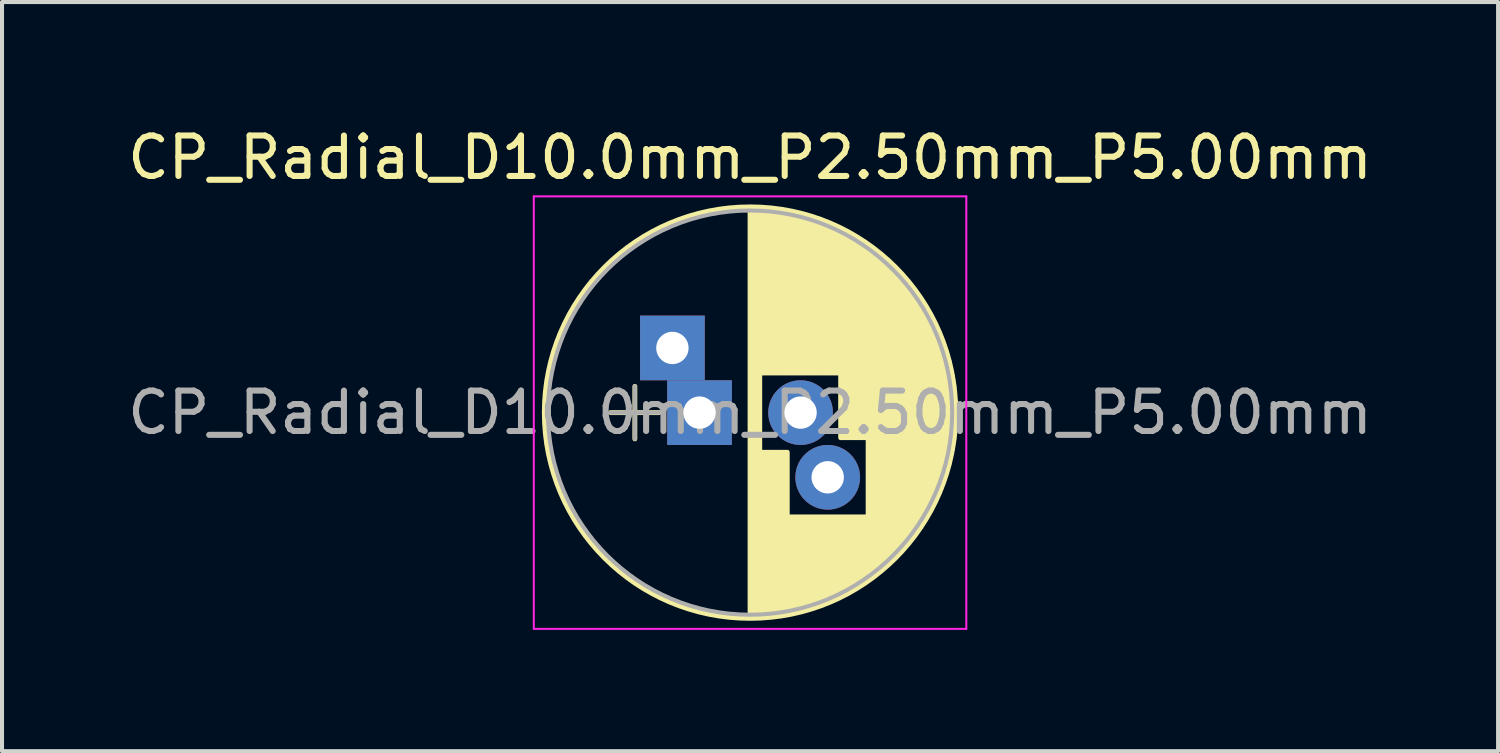
<source format=kicad_pcb>
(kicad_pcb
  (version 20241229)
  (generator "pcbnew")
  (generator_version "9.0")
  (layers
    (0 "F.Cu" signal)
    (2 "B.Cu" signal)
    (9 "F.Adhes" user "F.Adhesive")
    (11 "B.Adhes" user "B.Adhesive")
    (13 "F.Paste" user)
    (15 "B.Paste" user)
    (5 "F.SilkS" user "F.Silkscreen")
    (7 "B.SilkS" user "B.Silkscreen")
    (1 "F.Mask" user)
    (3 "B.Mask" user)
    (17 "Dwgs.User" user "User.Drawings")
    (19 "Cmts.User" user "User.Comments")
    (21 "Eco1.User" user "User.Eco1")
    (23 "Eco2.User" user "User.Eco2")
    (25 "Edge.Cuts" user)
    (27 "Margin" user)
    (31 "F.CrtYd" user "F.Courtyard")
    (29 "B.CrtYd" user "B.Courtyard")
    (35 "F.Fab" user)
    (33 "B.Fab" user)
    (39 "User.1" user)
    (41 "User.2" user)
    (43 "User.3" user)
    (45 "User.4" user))
  (footprint "CP_Radial_D10.0mm_P2.50mm_P5.00mm"
    (layer "F.Cu")
    (at 14.256 7.158)
    (property "Reference" "CP_Radial_D10.0mm_P2.50mm_P5.00mm" (at 1.25 -6.31 0) (layer "F.SilkS") (effects (font (size 1 1) (thickness 0.15))))
    (attr through_hole)
    (fp_line (start -2.2 0) (end -1 0) (stroke (width 0.12) (type solid)) (layer "F.SilkS"))
    (fp_line (start -1.6 -0.65) (end -1.6 0.65) (stroke (width 0.12) (type solid)) (layer "F.SilkS"))
    (fp_line (start 1.25 -5.05) (end 1.25 5.05) (stroke (width 0.12) (type solid)) (layer "F.SilkS"))
    (fp_line (start 1.29 -5.05) (end 1.29 5.05) (stroke (width 0.12) (type solid)) (layer "F.SilkS"))
    (fp_line (start 1.33 -5.05) (end 1.33 5.05) (stroke (width 0.12) (type solid)) (layer "F.SilkS"))
    (fp_line (start 1.37 -5.049) (end 1.37 5.049) (stroke (width 0.12) (type solid)) (layer "F.SilkS"))
    (fp_line (start 1.41 -5.048) (end 1.41 5.048) (stroke (width 0.12) (type solid)) (layer "F.SilkS"))
    (fp_line (start 1.45 -5.047) (end 1.45 5.047) (stroke (width 0.12) (type solid)) (layer "F.SilkS"))
    (fp_line (start 1.49 -5.045) (end 1.49 5.045) (stroke (width 0.12) (type solid)) (layer "F.SilkS"))
    (fp_line (start 1.53 -5.043) (end 1.53 -0.98) (stroke (width 0.12) (type solid)) (layer "F.SilkS"))
    (fp_line (start 1.53 0.98) (end 1.53 5.043) (stroke (width 0.12) (type solid)) (layer "F.SilkS"))
    (fp_line (start 1.57 -5.04) (end 1.57 -0.98) (stroke (width 0.12) (type solid)) (layer "F.SilkS"))
    (fp_line (start 1.57 0.98) (end 1.57 5.04) (stroke (width 0.12) (type solid)) (layer "F.SilkS"))
    (fp_line (start 1.61 -5.038) (end 1.61 -0.98) (stroke (width 0.12) (type solid)) (layer "F.SilkS"))
    (fp_line (start 1.61 0.98) (end 1.61 5.038) (stroke (width 0.12) (type solid)) (layer "F.SilkS"))
    (fp_line (start 1.65 -5.035) (end 1.65 -0.98) (stroke (width 0.12) (type solid)) (layer "F.SilkS"))
    (fp_line (start 1.65 0.98) (end 1.65 5.035) (stroke (width 0.12) (type solid)) (layer "F.SilkS"))
    (fp_line (start 1.69 -5.031) (end 1.69 -0.98) (stroke (width 0.12) (type solid)) (layer "F.SilkS"))
    (fp_line (start 1.69 0.98) (end 1.69 5.031) (stroke (width 0.12) (type solid)) (layer "F.SilkS"))
    (fp_line (start 1.73 -5.028) (end 1.73 -0.98) (stroke (width 0.12) (type solid)) (layer "F.SilkS"))
    (fp_line (start 1.73 0.98) (end 1.73 5.028) (stroke (width 0.12) (type solid)) (layer "F.SilkS"))
    (fp_line (start 1.77 -5.024) (end 1.77 -0.98) (stroke (width 0.12) (type solid)) (layer "F.SilkS"))
    (fp_line (start 1.77 0.98) (end 1.77 5.024) (stroke (width 0.12) (type solid)) (layer "F.SilkS"))
    (fp_line (start 1.81 -5.02) (end 1.81 -0.98) (stroke (width 0.12) (type solid)) (layer "F.SilkS"))
    (fp_line (start 1.81 0.98) (end 1.81 5.02) (stroke (width 0.12) (type solid)) (layer "F.SilkS"))
    (fp_line (start 1.85 -5.015) (end 1.85 -0.98) (stroke (width 0.12) (type solid)) (layer "F.SilkS"))
    (fp_line (start 1.85 0.98) (end 1.85 5.015) (stroke (width 0.12) (type solid)) (layer "F.SilkS"))
    (fp_line (start 1.89 -5.01) (end 1.89 -0.98) (stroke (width 0.12) (type solid)) (layer "F.SilkS"))
    (fp_line (start 1.89 0.98) (end 1.89 5.01) (stroke (width 0.12) (type solid)) (layer "F.SilkS"))
    (fp_line (start 1.93 -5.005) (end 1.93 -0.98) (stroke (width 0.12) (type solid)) (layer "F.SilkS"))
    (fp_line (start 1.93 0.98) (end 1.93 5.005) (stroke (width 0.12) (type solid)) (layer "F.SilkS"))
    (fp_line (start 1.971 -4.999) (end 1.971 -0.98) (stroke (width 0.12) (type solid)) (layer "F.SilkS"))
    (fp_line (start 1.971 0.98) (end 1.971 4.999) (stroke (width 0.12) (type solid)) (layer "F.SilkS"))
    (fp_line (start 2.011 -4.993) (end 2.011 -0.98) (stroke (width 0.12) (type solid)) (layer "F.SilkS"))
    (fp_line (start 2.011 0.98) (end 2.011 4.993) (stroke (width 0.12) (type solid)) (layer "F.SilkS"))
    (fp_line (start 2.051 -4.987) (end 2.051 -0.98) (stroke (width 0.12) (type solid)) (layer "F.SilkS"))
    (fp_line (start 2.051 0.98) (end 2.051 4.987) (stroke (width 0.12) (type solid)) (layer "F.SilkS"))
    (fp_line (start 2.091 -4.981) (end 2.091 -0.98) (stroke (width 0.12) (type solid)) (layer "F.SilkS"))
    (fp_line (start 2.091 0.98) (end 2.091 4.981) (stroke (width 0.12) (type solid)) (layer "F.SilkS"))
    (fp_line (start 2.131 -4.974) (end 2.131 -0.98) (stroke (width 0.12) (type solid)) (layer "F.SilkS"))
    (fp_line (start 2.131 0.98) (end 2.131 4.974) (stroke (width 0.12) (type solid)) (layer "F.SilkS"))
    (fp_line (start 2.171 -4.967) (end 2.171 -0.98) (stroke (width 0.12) (type solid)) (layer "F.SilkS"))
    (fp_line (start 2.171 0.98) (end 2.171 4.967) (stroke (width 0.12) (type solid)) (layer "F.SilkS"))
    (fp_line (start 2.211 -4.959) (end 2.211 -0.98) (stroke (width 0.12) (type solid)) (layer "F.SilkS"))
    (fp_line (start 2.211 2.58) (end 2.211 4.959) (stroke (width 0.12) (type solid)) (layer "F.SilkS"))
    (fp_line (start 2.251 -4.951) (end 2.251 -0.98) (stroke (width 0.12) (type solid)) (layer "F.SilkS"))
    (fp_line (start 2.251 2.58) (end 2.251 4.951) (stroke (width 0.12) (type solid)) (layer "F.SilkS"))
    (fp_line (start 2.291 -4.943) (end 2.291 -0.98) (stroke (width 0.12) (type solid)) (layer "F.SilkS"))
    (fp_line (start 2.291 2.58) (end 2.291 4.943) (stroke (width 0.12) (type solid)) (layer "F.SilkS"))
    (fp_line (start 2.331 -4.935) (end 2.331 -0.98) (stroke (width 0.12) (type solid)) (layer "F.SilkS"))
    (fp_line (start 2.331 2.58) (end 2.331 4.935) (stroke (width 0.12) (type solid)) (layer "F.SilkS"))
    (fp_line (start 2.371 -4.926) (end 2.371 -0.98) (stroke (width 0.12) (type solid)) (layer "F.SilkS"))
    (fp_line (start 2.371 2.58) (end 2.371 4.926) (stroke (width 0.12) (type solid)) (layer "F.SilkS"))
    (fp_line (start 2.411 -4.917) (end 2.411 -0.98) (stroke (width 0.12) (type solid)) (layer "F.SilkS"))
    (fp_line (start 2.411 2.58) (end 2.411 4.917) (stroke (width 0.12) (type solid)) (layer "F.SilkS"))
    (fp_line (start 2.451 -4.907) (end 2.451 -0.98) (stroke (width 0.12) (type solid)) (layer "F.SilkS"))
    (fp_line (start 2.451 2.58) (end 2.451 4.907) (stroke (width 0.12) (type solid)) (layer "F.SilkS"))
    (fp_line (start 2.491 -4.897) (end 2.491 -0.98) (stroke (width 0.12) (type solid)) (layer "F.SilkS"))
    (fp_line (start 2.491 2.58) (end 2.491 4.897) (stroke (width 0.12) (type solid)) (layer "F.SilkS"))
    (fp_line (start 2.531 -4.887) (end 2.531 -0.98) (stroke (width 0.12) (type solid)) (layer "F.SilkS"))
    (fp_line (start 2.531 2.58) (end 2.531 4.887) (stroke (width 0.12) (type solid)) (layer "F.SilkS"))
    (fp_line (start 2.571 -4.876) (end 2.571 -0.98) (stroke (width 0.12) (type solid)) (layer "F.SilkS"))
    (fp_line (start 2.571 2.58) (end 2.571 4.876) (stroke (width 0.12) (type solid)) (layer "F.SilkS"))
    (fp_line (start 2.611 -4.865) (end 2.611 -0.98) (stroke (width 0.12) (type solid)) (layer "F.SilkS"))
    (fp_line (start 2.611 2.58) (end 2.611 4.865) (stroke (width 0.12) (type solid)) (layer "F.SilkS"))
    (fp_line (start 2.651 -4.854) (end 2.651 -0.98) (stroke (width 0.12) (type solid)) (layer "F.SilkS"))
    (fp_line (start 2.651 2.58) (end 2.651 4.854) (stroke (width 0.12) (type solid)) (layer "F.SilkS"))
    (fp_line (start 2.691 -4.843) (end 2.691 -0.98) (stroke (width 0.12) (type solid)) (layer "F.SilkS"))
    (fp_line (start 2.691 2.58) (end 2.691 4.843) (stroke (width 0.12) (type solid)) (layer "F.SilkS"))
    (fp_line (start 2.731 -4.831) (end 2.731 -0.98) (stroke (width 0.12) (type solid)) (layer "F.SilkS"))
    (fp_line (start 2.731 2.58) (end 2.731 4.831) (stroke (width 0.12) (type solid)) (layer "F.SilkS"))
    (fp_line (start 2.771 -4.818) (end 2.771 -0.98) (stroke (width 0.12) (type solid)) (layer "F.SilkS"))
    (fp_line (start 2.771 2.58) (end 2.771 4.818) (stroke (width 0.12) (type solid)) (layer "F.SilkS"))
    (fp_line (start 2.811 -4.806) (end 2.811 -0.98) (stroke (width 0.12) (type solid)) (layer "F.SilkS"))
    (fp_line (start 2.811 2.58) (end 2.811 4.806) (stroke (width 0.12) (type solid)) (layer "F.SilkS"))
    (fp_line (start 2.851 -4.792) (end 2.851 -0.98) (stroke (width 0.12) (type solid)) (layer "F.SilkS"))
    (fp_line (start 2.851 2.58) (end 2.851 4.792) (stroke (width 0.12) (type solid)) (layer "F.SilkS"))
    (fp_line (start 2.891 -4.779) (end 2.891 -0.98) (stroke (width 0.12) (type solid)) (layer "F.SilkS"))
    (fp_line (start 2.891 2.58) (end 2.891 4.779) (stroke (width 0.12) (type solid)) (layer "F.SilkS"))
    (fp_line (start 2.931 -4.765) (end 2.931 -0.98) (stroke (width 0.12) (type solid)) (layer "F.SilkS"))
    (fp_line (start 2.931 2.58) (end 2.931 4.765) (stroke (width 0.12) (type solid)) (layer "F.SilkS"))
    (fp_line (start 2.971 -4.751) (end 2.971 -0.98) (stroke (width 0.12) (type solid)) (layer "F.SilkS"))
    (fp_line (start 2.971 2.58) (end 2.971 4.751) (stroke (width 0.12) (type solid)) (layer "F.SilkS"))
    (fp_line (start 3.011 -4.737) (end 3.011 -0.98) (stroke (width 0.12) (type solid)) (layer "F.SilkS"))
    (fp_line (start 3.011 2.58) (end 3.011 4.737) (stroke (width 0.12) (type solid)) (layer "F.SilkS"))
    (fp_line (start 3.051 -4.722) (end 3.051 -0.98) (stroke (width 0.12) (type solid)) (layer "F.SilkS"))
    (fp_line (start 3.051 2.58) (end 3.051 4.722) (stroke (width 0.12) (type solid)) (layer "F.SilkS"))
    (fp_line (start 3.091 -4.706) (end 3.091 -0.98) (stroke (width 0.12) (type solid)) (layer "F.SilkS"))
    (fp_line (start 3.091 2.58) (end 3.091 4.706) (stroke (width 0.12) (type solid)) (layer "F.SilkS"))
    (fp_line (start 3.131 -4.691) (end 3.131 -0.98) (stroke (width 0.12) (type solid)) (layer "F.SilkS"))
    (fp_line (start 3.131 2.58) (end 3.131 4.691) (stroke (width 0.12) (type solid)) (layer "F.SilkS"))
    (fp_line (start 3.171 -4.674) (end 3.171 -0.98) (stroke (width 0.12) (type solid)) (layer "F.SilkS"))
    (fp_line (start 3.171 2.58) (end 3.171 4.674) (stroke (width 0.12) (type solid)) (layer "F.SilkS"))
    (fp_line (start 3.211 -4.658) (end 3.211 -0.98) (stroke (width 0.12) (type solid)) (layer "F.SilkS"))
    (fp_line (start 3.211 2.58) (end 3.211 4.658) (stroke (width 0.12) (type solid)) (layer "F.SilkS"))
    (fp_line (start 3.251 -4.641) (end 3.251 -0.98) (stroke (width 0.12) (type solid)) (layer "F.SilkS"))
    (fp_line (start 3.251 2.58) (end 3.251 4.641) (stroke (width 0.12) (type solid)) (layer "F.SilkS"))
    (fp_line (start 3.291 -4.624) (end 3.291 -0.98) (stroke (width 0.12) (type solid)) (layer "F.SilkS"))
    (fp_line (start 3.291 2.58) (end 3.291 4.624) (stroke (width 0.12) (type solid)) (layer "F.SilkS"))
    (fp_line (start 3.331 -4.606) (end 3.331 -0.98) (stroke (width 0.12) (type solid)) (layer "F.SilkS"))
    (fp_line (start 3.331 2.58) (end 3.331 4.606) (stroke (width 0.12) (type solid)) (layer "F.SilkS"))
    (fp_line (start 3.371 -4.588) (end 3.371 -0.98) (stroke (width 0.12) (type solid)) (layer "F.SilkS"))
    (fp_line (start 3.371 2.58) (end 3.371 4.588) (stroke (width 0.12) (type solid)) (layer "F.SilkS"))
    (fp_line (start 3.411 -4.569) (end 3.411 -0.98) (stroke (width 0.12) (type solid)) (layer "F.SilkS"))
    (fp_line (start 3.411 2.58) (end 3.411 4.569) (stroke (width 0.12) (type solid)) (layer "F.SilkS"))
    (fp_line (start 3.451 -4.55) (end 3.451 -0.98) (stroke (width 0.12) (type solid)) (layer "F.SilkS"))
    (fp_line (start 3.451 2.58) (end 3.451 4.55) (stroke (width 0.12) (type solid)) (layer "F.SilkS"))
    (fp_line (start 3.491 -4.531) (end 3.491 0.621) (stroke (width 0.12) (type solid)) (layer "F.SilkS"))
    (fp_line (start 3.491 2.58) (end 3.491 4.531) (stroke (width 0.12) (type solid)) (layer "F.SilkS"))
    (fp_line (start 3.531 -4.511) (end 3.531 0.621) (stroke (width 0.12) (type solid)) (layer "F.SilkS"))
    (fp_line (start 3.531 2.58) (end 3.531 4.511) (stroke (width 0.12) (type solid)) (layer "F.SilkS"))
    (fp_line (start 3.571 -4.491) (end 3.571 0.621) (stroke (width 0.12) (type solid)) (layer "F.SilkS"))
    (fp_line (start 3.571 2.58) (end 3.571 4.491) (stroke (width 0.12) (type solid)) (layer "F.SilkS"))
    (fp_line (start 3.611 -4.47) (end 3.611 0.621) (stroke (width 0.12) (type solid)) (layer "F.SilkS"))
    (fp_line (start 3.611 2.58) (end 3.611 4.47) (stroke (width 0.12) (type solid)) (layer "F.SilkS"))
    (fp_line (start 3.651 -4.449) (end 3.651 0.621) (stroke (width 0.12) (type solid)) (layer "F.SilkS"))
    (fp_line (start 3.651 2.58) (end 3.651 4.449) (stroke (width 0.12) (type solid)) (layer "F.SilkS"))
    (fp_line (start 3.691 -4.428) (end 3.691 0.621) (stroke (width 0.12) (type solid)) (layer "F.SilkS"))
    (fp_line (start 3.691 2.58) (end 3.691 4.428) (stroke (width 0.12) (type solid)) (layer "F.SilkS"))
    (fp_line (start 3.731 -4.405) (end 3.731 0.621) (stroke (width 0.12) (type solid)) (layer "F.SilkS"))
    (fp_line (start 3.731 2.58) (end 3.731 4.405) (stroke (width 0.12) (type solid)) (layer "F.SilkS"))
    (fp_line (start 3.771 -4.383) (end 3.771 0.621) (stroke (width 0.12) (type solid)) (layer "F.SilkS"))
    (fp_line (start 3.771 2.58) (end 3.771 4.383) (stroke (width 0.12) (type solid)) (layer "F.SilkS"))
    (fp_line (start 3.811 -4.36) (end 3.811 0.621) (stroke (width 0.12) (type solid)) (layer "F.SilkS"))
    (fp_line (start 3.811 2.58) (end 3.811 4.36) (stroke (width 0.12) (type solid)) (layer "F.SilkS"))
    (fp_line (start 3.851 -4.336) (end 3.851 0.621) (stroke (width 0.12) (type solid)) (layer "F.SilkS"))
    (fp_line (start 3.851 2.58) (end 3.851 4.336) (stroke (width 0.12) (type solid)) (layer "F.SilkS"))
    (fp_line (start 3.891 -4.312) (end 3.891 0.621) (stroke (width 0.12) (type solid)) (layer "F.SilkS"))
    (fp_line (start 3.891 2.58) (end 3.891 4.312) (stroke (width 0.12) (type solid)) (layer "F.SilkS"))
    (fp_line (start 3.931 -4.288) (end 3.931 0.621) (stroke (width 0.12) (type solid)) (layer "F.SilkS"))
    (fp_line (start 3.931 2.58) (end 3.931 4.288) (stroke (width 0.12) (type solid)) (layer "F.SilkS"))
    (fp_line (start 3.971 -4.263) (end 3.971 0.621) (stroke (width 0.12) (type solid)) (layer "F.SilkS"))
    (fp_line (start 3.971 2.58) (end 3.971 4.263) (stroke (width 0.12) (type solid)) (layer "F.SilkS"))
    (fp_line (start 4.011 -4.237) (end 4.011 0.621) (stroke (width 0.12) (type solid)) (layer "F.SilkS"))
    (fp_line (start 4.011 2.58) (end 4.011 4.237) (stroke (width 0.12) (type solid)) (layer "F.SilkS"))
    (fp_line (start 4.051 -4.211) (end 4.051 0.621) (stroke (width 0.12) (type solid)) (layer "F.SilkS"))
    (fp_line (start 4.051 2.58) (end 4.051 4.211) (stroke (width 0.12) (type solid)) (layer "F.SilkS"))
    (fp_line (start 4.091 -4.185) (end 4.091 0.621) (stroke (width 0.12) (type solid)) (layer "F.SilkS"))
    (fp_line (start 4.091 2.58) (end 4.091 4.185) (stroke (width 0.12) (type solid)) (layer "F.SilkS"))
    (fp_line (start 4.131 -4.157) (end 4.131 0.621) (stroke (width 0.12) (type solid)) (layer "F.SilkS"))
    (fp_line (start 4.131 2.58) (end 4.131 4.157) (stroke (width 0.12) (type solid)) (layer "F.SilkS"))
    (fp_line (start 4.171 -4.13) (end 4.171 4.13) (stroke (width 0.12) (type solid)) (layer "F.SilkS"))
    (fp_line (start 4.211 -4.101) (end 4.211 4.101) (stroke (width 0.12) (type solid)) (layer "F.SilkS"))
    (fp_line (start 4.251 -4.072) (end 4.251 4.072) (stroke (width 0.12) (type solid)) (layer "F.SilkS"))
    (fp_line (start 4.291 -4.043) (end 4.291 4.043) (stroke (width 0.12) (type solid)) (layer "F.SilkS"))
    (fp_line (start 4.331 -4.013) (end 4.331 4.013) (stroke (width 0.12) (type solid)) (layer "F.SilkS"))
    (fp_line (start 4.371 -3.982) (end 4.371 3.982) (stroke (width 0.12) (type solid)) (layer "F.SilkS"))
    (fp_line (start 4.411 -3.951) (end 4.411 3.951) (stroke (width 0.12) (type solid)) (layer "F.SilkS"))
    (fp_line (start 4.451 -3.919) (end 4.451 3.919) (stroke (width 0.12) (type solid)) (layer "F.SilkS"))
    (fp_line (start 4.491 -3.886) (end 4.491 3.886) (stroke (width 0.12) (type solid)) (layer "F.SilkS"))
    (fp_line (start 4.531 -3.853) (end 4.531 3.853) (stroke (width 0.12) (type solid)) (layer "F.SilkS"))
    (fp_line (start 4.571 -3.819) (end 4.571 3.819) (stroke (width 0.12) (type solid)) (layer "F.SilkS"))
    (fp_line (start 4.611 -3.784) (end 4.611 3.784) (stroke (width 0.12) (type solid)) (layer "F.SilkS"))
    (fp_line (start 4.651 -3.748) (end 4.651 3.748) (stroke (width 0.12) (type solid)) (layer "F.SilkS"))
    (fp_line (start 4.691 -3.712) (end 4.691 3.712) (stroke (width 0.12) (type solid)) (layer "F.SilkS"))
    (fp_line (start 4.731 -3.675) (end 4.731 3.675) (stroke (width 0.12) (type solid)) (layer "F.SilkS"))
    (fp_line (start 4.771 -3.637) (end 4.771 3.637) (stroke (width 0.12) (type solid)) (layer "F.SilkS"))
    (fp_line (start 4.811 -3.598) (end 4.811 3.598) (stroke (width 0.12) (type solid)) (layer "F.SilkS"))
    (fp_line (start 4.851 -3.559) (end 4.851 3.559) (stroke (width 0.12) (type solid)) (layer "F.SilkS"))
    (fp_line (start 4.891 -3.518) (end 4.891 3.518) (stroke (width 0.12) (type solid)) (layer "F.SilkS"))
    (fp_line (start 4.931 -3.477) (end 4.931 3.477) (stroke (width 0.12) (type solid)) (layer "F.SilkS"))
    (fp_line (start 4.971 -3.435) (end 4.971 3.435) (stroke (width 0.12) (type solid)) (layer "F.SilkS"))
    (fp_line (start 5.011 -3.391) (end 5.011 3.391) (stroke (width 0.12) (type solid)) (layer "F.SilkS"))
    (fp_line (start 5.051 -3.347) (end 5.051 3.347) (stroke (width 0.12) (type solid)) (layer "F.SilkS"))
    (fp_line (start 5.091 -3.302) (end 5.091 3.302) (stroke (width 0.12) (type solid)) (layer "F.SilkS"))
    (fp_line (start 5.131 -3.255) (end 5.131 3.255) (stroke (width 0.12) (type solid)) (layer "F.SilkS"))
    (fp_line (start 5.171 -3.207) (end 5.171 3.207) (stroke (width 0.12) (type solid)) (layer "F.SilkS"))
    (fp_line (start 5.211 -3.158) (end 5.211 3.158) (stroke (width 0.12) (type solid)) (layer "F.SilkS"))
    (fp_line (start 5.251 -3.108) (end 5.251 3.108) (stroke (width 0.12) (type solid)) (layer "F.SilkS"))
    (fp_line (start 5.291 -3.057) (end 5.291 3.057) (stroke (width 0.12) (type solid)) (layer "F.SilkS"))
    (fp_line (start 5.331 -3.004) (end 5.331 3.004) (stroke (width 0.12) (type solid)) (layer "F.SilkS"))
    (fp_line (start 5.371 -2.949) (end 5.371 2.949) (stroke (width 0.12) (type solid)) (layer "F.SilkS"))
    (fp_line (start 5.411 -2.894) (end 5.411 2.894) (stroke (width 0.12) (type solid)) (layer "F.SilkS"))
    (fp_line (start 5.451 -2.836) (end 5.451 2.836) (stroke (width 0.12) (type solid)) (layer "F.SilkS"))
    (fp_line (start 5.491 -2.777) (end 5.491 2.777) (stroke (width 0.12) (type solid)) (layer "F.SilkS"))
    (fp_line (start 5.531 -2.715) (end 5.531 2.715) (stroke (width 0.12) (type solid)) (layer "F.SilkS"))
    (fp_line (start 5.571 -2.652) (end 5.571 2.652) (stroke (width 0.12) (type solid)) (layer "F.SilkS"))
    (fp_line (start 5.611 -2.587) (end 5.611 2.587) (stroke (width 0.12) (type solid)) (layer "F.SilkS"))
    (fp_line (start 5.651 -2.519) (end 5.651 2.519) (stroke (width 0.12) (type solid)) (layer "F.SilkS"))
    (fp_line (start 5.691 -2.449) (end 5.691 2.449) (stroke (width 0.12) (type solid)) (layer "F.SilkS"))
    (fp_line (start 5.731 -2.377) (end 5.731 2.377) (stroke (width 0.12) (type solid)) (layer "F.SilkS"))
    (fp_line (start 5.771 -2.301) (end 5.771 2.301) (stroke (width 0.12) (type solid)) (layer "F.SilkS"))
    (fp_line (start 5.811 -2.222) (end 5.811 2.222) (stroke (width 0.12) (type solid)) (layer "F.SilkS"))
    (fp_line (start 5.851 -2.14) (end 5.851 2.14) (stroke (width 0.12) (type solid)) (layer "F.SilkS"))
    (fp_line (start 5.891 -2.053) (end 5.891 2.053) (stroke (width 0.12) (type solid)) (layer "F.SilkS"))
    (fp_line (start 5.931 -1.962) (end 5.931 1.962) (stroke (width 0.12) (type solid)) (layer "F.SilkS"))
    (fp_line (start 5.971 -1.866) (end 5.971 1.866) (stroke (width 0.12) (type solid)) (layer "F.SilkS"))
    (fp_line (start 6.011 -1.763) (end 6.011 1.763) (stroke (width 0.12) (type solid)) (layer "F.SilkS"))
    (fp_line (start 6.051 -1.654) (end 6.051 1.654) (stroke (width 0.12) (type solid)) (layer "F.SilkS"))
    (fp_line (start 6.091 -1.536) (end 6.091 1.536) (stroke (width 0.12) (type solid)) (layer "F.SilkS"))
    (fp_line (start 6.131 -1.407) (end 6.131 1.407) (stroke (width 0.12) (type solid)) (layer "F.SilkS"))
    (fp_line (start 6.171 -1.265) (end 6.171 1.265) (stroke (width 0.12) (type solid)) (layer "F.SilkS"))
    (fp_line (start 6.211 -1.104) (end 6.211 1.104) (stroke (width 0.12) (type solid)) (layer "F.SilkS"))
    (fp_line (start 6.251 -0.913) (end 6.251 0.913) (stroke (width 0.12) (type solid)) (layer "F.SilkS"))
    (fp_line (start 6.291 -0.672) (end 6.291 0.672) (stroke (width 0.12) (type solid)) (layer "F.SilkS"))
    (fp_line (start 6.331 -0.279) (end 6.331 0.279) (stroke (width 0.12) (type solid)) (layer "F.SilkS"))
    (fp_circle (center 1.25 0) (end 6.34 0) (stroke (width 0.12) (type solid)) (fill no) (layer "F.SilkS"))
    (fp_line (start -4.1 -5.35) (end -4.1 5.35) (stroke (width 0.05) (type solid)) (layer "F.CrtYd"))
    (fp_line (start -4.1 5.35) (end 6.6 5.35) (stroke (width 0.05) (type solid)) (layer "F.CrtYd"))
    (fp_line (start 6.6 -5.35) (end -4.1 -5.35) (stroke (width 0.05) (type solid)) (layer "F.CrtYd"))
    (fp_line (start 6.6 5.35) (end 6.6 -5.35) (stroke (width 0.05) (type solid)) (layer "F.CrtYd"))
    (fp_line (start -2.2 0) (end -1 0) (stroke (width 0.1) (type solid)) (layer "F.Fab"))
    (fp_line (start -1.6 -0.65) (end -1.6 0.65) (stroke (width 0.1) (type solid)) (layer "F.Fab"))
    (fp_circle (center 1.25 0) (end 6.25 0) (stroke (width 0.1) (type solid)) (fill no) (layer "F.Fab"))
    (fp_text user "${REFERENCE}" (at 1.25 0 0) (layer "F.Fab") (effects (font (size 1 1) (thickness 0.15))))
    (pad "1" thru_hole rect (at -0.671 -1.6) (size 1.6 1.6) (drill 0.8) (layers "*.Cu" "*.Mask"))
    (pad "1" thru_hole rect (at 0 0) (size 1.6 1.6) (drill 0.8) (layers "*.Cu" "*.Mask"))
    (pad "2" thru_hole circle (at 2.5 0) (size 1.6 1.6) (drill 0.8) (layers "*.Cu" "*.Mask"))
    (pad "2" thru_hole circle (at 3.171 1.6) (size 1.6 1.6) (drill 0.8) (layers "*.Cu" "*.Mask")))
  (gr_rect
    (start -3 -3)
    (end 34.012 15.533)
    (stroke (width 0.1) (type default))
    (fill no)
    (layer "Edge.Cuts")))
</source>
